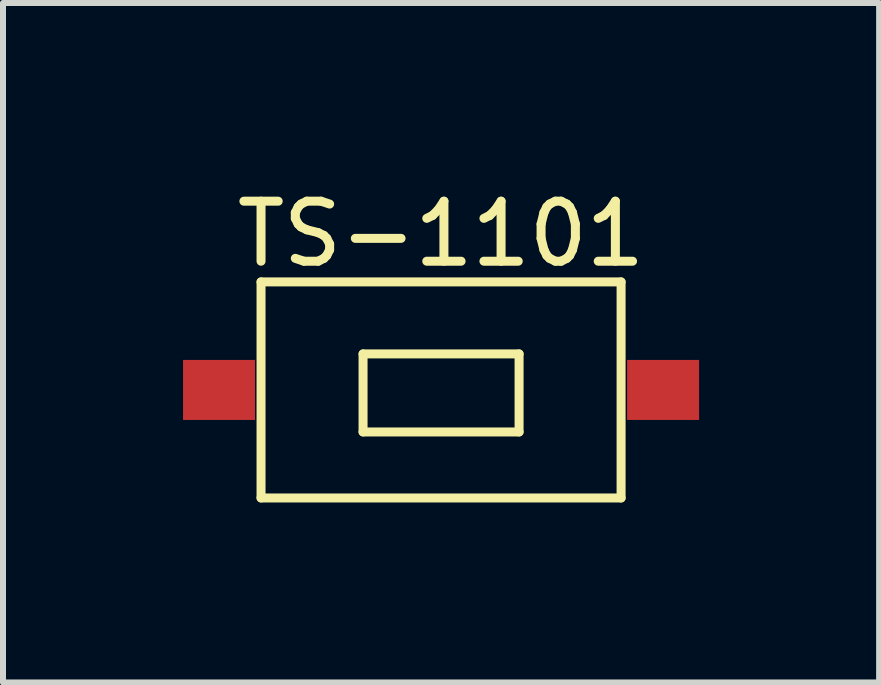
<source format=kicad_pcb>
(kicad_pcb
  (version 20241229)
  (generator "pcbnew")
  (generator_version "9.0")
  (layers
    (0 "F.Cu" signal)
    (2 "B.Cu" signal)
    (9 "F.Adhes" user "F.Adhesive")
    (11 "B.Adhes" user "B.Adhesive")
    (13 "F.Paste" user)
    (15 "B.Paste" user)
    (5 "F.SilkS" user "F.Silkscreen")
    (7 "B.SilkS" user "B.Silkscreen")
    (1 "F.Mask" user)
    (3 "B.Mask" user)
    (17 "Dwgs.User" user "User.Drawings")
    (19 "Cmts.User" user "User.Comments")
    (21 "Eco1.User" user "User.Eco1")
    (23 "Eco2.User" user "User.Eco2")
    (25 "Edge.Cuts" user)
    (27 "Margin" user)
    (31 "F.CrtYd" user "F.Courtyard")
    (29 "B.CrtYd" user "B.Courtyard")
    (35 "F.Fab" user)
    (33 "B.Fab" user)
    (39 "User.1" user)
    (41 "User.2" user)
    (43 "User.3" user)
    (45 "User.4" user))
  (footprint "TS-1101"
    (layer "F.Cu")
    (at 4.3 3.448)
    (property "Reference" "TS-1101" (at 0 -2.6 0) (layer "F.SilkS") (effects (font (size 1 1) (thickness 0.15))))
    (attr through_hole)
    (fp_line (start -3 -1.8) (end -3 1.8) (stroke (width 0.15) (type solid)) (layer "F.SilkS"))
    (fp_line (start -3 -1.8) (end 3 -1.8) (stroke (width 0.15) (type solid)) (layer "F.SilkS"))
    (fp_line (start -3 1.8) (end 3 1.8) (stroke (width 0.15) (type solid)) (layer "F.SilkS"))
    (fp_line (start -1.3 -0.6) (end -1.3 0.7) (stroke (width 0.15) (type solid)) (layer "F.SilkS"))
    (fp_line (start -1.3 -0.6) (end 1.3 -0.6) (stroke (width 0.15) (type solid)) (layer "F.SilkS"))
    (fp_line (start -1.3 0.7) (end 1.3 0.7) (stroke (width 0.15) (type solid)) (layer "F.SilkS"))
    (fp_line (start 1.3 -0.6) (end 1.3 0.7) (stroke (width 0.15) (type solid)) (layer "F.SilkS"))
    (fp_line (start 3 -1.8) (end 3 1.8) (stroke (width 0.15) (type solid)) (layer "F.SilkS"))
    (pad "1" smd rect (at -3.7 0) (size 1.2 1) (layers "F.Cu" "F.Mask" "F.Paste"))
    (pad "2" smd rect (at 3.7 0) (size 1.2 1) (layers "F.Cu" "F.Mask" "F.Paste")))
  (gr_rect
    (start -3 -3)
    (end 11.6 8.323)
    (stroke (width 0.1) (type default))
    (fill no)
    (layer "Edge.Cuts")))
</source>
